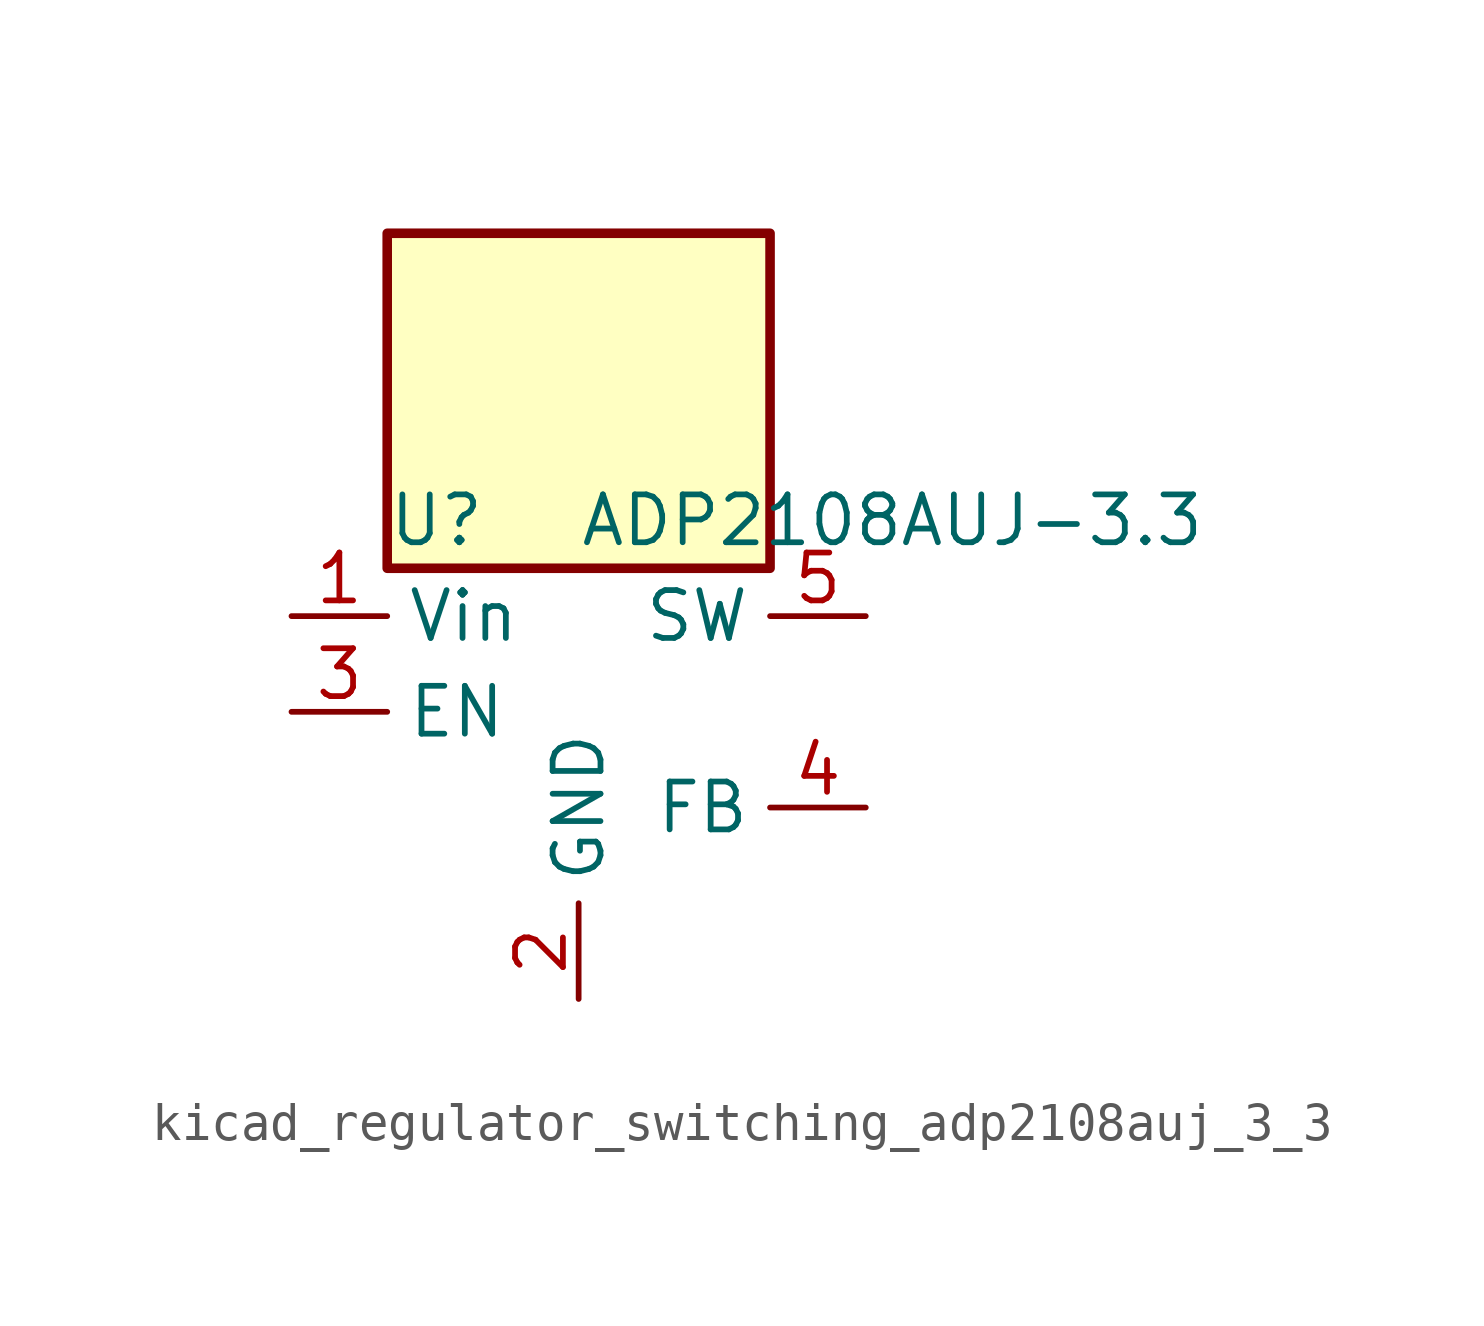
<source format=kicad_sym>
(kicad_symbol_lib
  (version 20220914)
  (generator kicad_symbol_editor)
  (symbol "kicad_regulator_switching_adp2108auj_3_3"
    (property "Reference" "U"
      (at -5.08 5.08 0)
      (effects (font (size 1.27 1.27)) (justify left)))
    (property "Value" "ADP2108AUJ-3.3"
      (at 0 5.08 0)
      (effects (font (size 1.27 1.27)) (justify left)))
    (symbol "kicad_regulator_switching_adp2108auj_3_3_0_1"
      (rectangle (start 5.08 12.7) (end -5.08 3.81) (stroke (width 0.254) (type default)) (fill (type background))))
    (symbol "kicad_regulator_switching_adp2108auj_3_3_1_1"
      (pin power_in line (at -7.62 2.54 0) (length 2.54) (name "Vin" (effects (font (size 1.27 1.27)))) (number "1" (effects (font (size 1.27 1.27)))))
      (pin power_in line (at 0 -7.62 90) (length 2.54) (name "GND" (effects (font (size 1.27 1.27)))) (number "2" (effects (font (size 1.27 1.27)))))
      (pin input line (at -7.62 0 0) (length 2.54) (name "EN" (effects (font (size 1.27 1.27)))) (number "3" (effects (font (size 1.27 1.27)))))
      (pin input line (at 7.62 -2.54 180) (length 2.54) (name "FB" (effects (font (size 1.27 1.27)))) (number "4" (effects (font (size 1.27 1.27)))))
      (pin input line (at 7.62 2.54 180) (length 2.54) (name "SW" (effects (font (size 1.27 1.27)))) (number "5" (effects (font (size 1.27 1.27))))))))
</source>
